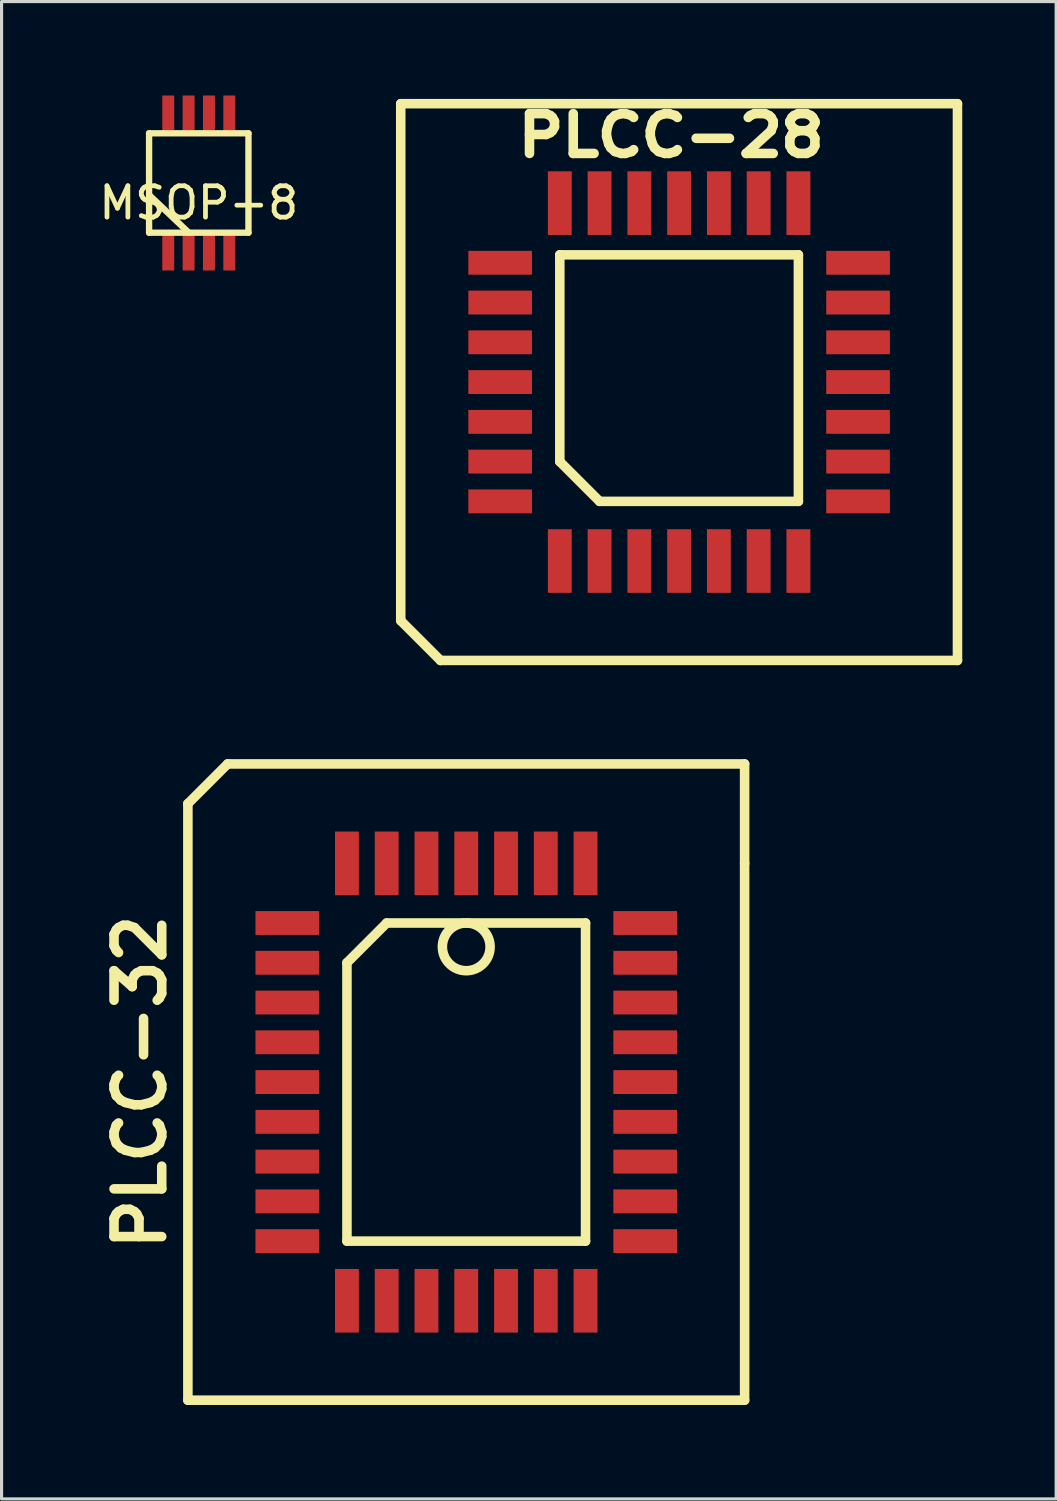
<source format=kicad_pcb>
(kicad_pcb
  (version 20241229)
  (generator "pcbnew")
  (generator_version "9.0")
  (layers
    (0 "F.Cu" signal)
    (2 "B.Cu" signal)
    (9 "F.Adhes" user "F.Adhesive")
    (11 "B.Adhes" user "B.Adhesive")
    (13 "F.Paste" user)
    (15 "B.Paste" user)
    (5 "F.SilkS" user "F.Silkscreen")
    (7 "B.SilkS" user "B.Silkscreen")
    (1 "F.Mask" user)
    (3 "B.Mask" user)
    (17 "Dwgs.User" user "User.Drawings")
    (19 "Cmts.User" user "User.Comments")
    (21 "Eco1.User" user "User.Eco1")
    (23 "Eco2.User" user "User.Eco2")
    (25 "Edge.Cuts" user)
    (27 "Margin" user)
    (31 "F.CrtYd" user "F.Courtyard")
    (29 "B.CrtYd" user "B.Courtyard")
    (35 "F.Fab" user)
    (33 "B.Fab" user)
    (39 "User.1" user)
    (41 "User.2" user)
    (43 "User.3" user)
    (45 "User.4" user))
  (footprint "MSOP-8"
    (layer "F.Cu")
    (at 3.298 2.794)
    (property "Reference" "MSOP-8" (at 0 0.635 0) (layer "F.SilkS") (effects (font (size 1.001 1.001) (thickness 0.152))))
    (attr through_hole)
    (fp_line (start -1.587 -1.587) (end -1.587 1.587) (stroke (width 0.203) (type solid)) (layer "F.SilkS"))
    (fp_line (start -1.587 1.587) (end 1.587 1.587) (stroke (width 0.203) (type solid)) (layer "F.SilkS"))
    (fp_line (start -0.318 1.587) (end -1.587 0.381) (stroke (width 0.203) (type solid)) (layer "F.SilkS"))
    (fp_line (start 1.587 -1.587) (end -1.587 -1.587) (stroke (width 0.203) (type solid)) (layer "F.SilkS"))
    (fp_line (start 1.587 1.587) (end 1.587 -1.587) (stroke (width 0.203) (type solid)) (layer "F.SilkS"))
    (pad "1" smd rect (at -0.975 2.159) (size 0.381 1.27) (layers "F.Cu" "F.Mask" "F.Paste"))
    (pad "2" smd rect (at -0.325 2.159) (size 0.381 1.27) (layers "F.Cu" "F.Mask" "F.Paste"))
    (pad "3" smd rect (at 0.325 2.159) (size 0.381 1.27) (layers "F.Cu" "F.Mask" "F.Paste"))
    (pad "4" smd rect (at 0.975 2.159) (size 0.381 1.27) (layers "F.Cu" "F.Mask" "F.Paste"))
    (pad "5" smd rect (at 0.975 -2.159) (size 0.381 1.27) (layers "F.Cu" "F.Mask" "F.Paste"))
    (pad "6" smd rect (at 0.325 -2.159) (size 0.381 1.27) (layers "F.Cu" "F.Mask" "F.Paste"))
    (pad "7" smd rect (at -0.325 -2.159) (size 0.381 1.27) (layers "F.Cu" "F.Mask" "F.Paste"))
    (pad "8" smd rect (at -0.975 -2.159) (size 0.381 1.27) (layers "F.Cu" "F.Mask" "F.Paste")))
  (footprint "PLCC-32"
    (layer "F.Cu")
    (at 11.84 31.507)
    (property "Reference" "PLCC-32" (at -10.414 0 90) (layer "F.SilkS") (effects (font (size 1.524 1.524) (thickness 0.305))))
    (attr smd)
    (fp_line (start -8.89 -8.89) (end -7.62 -10.16) (stroke (width 0.305) (type solid)) (layer "F.SilkS"))
    (fp_line (start -8.89 10.16) (end -8.89 -8.89) (stroke (width 0.305) (type solid)) (layer "F.SilkS"))
    (fp_line (start -7.62 -10.16) (end 8.89 -10.16) (stroke (width 0.305) (type solid)) (layer "F.SilkS"))
    (fp_line (start -3.81 -3.81) (end -3.81 5.08) (stroke (width 0.305) (type solid)) (layer "F.SilkS"))
    (fp_line (start -3.81 5.08) (end 3.81 5.08) (stroke (width 0.305) (type solid)) (layer "F.SilkS"))
    (fp_line (start -2.54 -5.08) (end -3.81 -3.81) (stroke (width 0.305) (type solid)) (layer "F.SilkS"))
    (fp_line (start 3.81 -5.08) (end -2.54 -5.08) (stroke (width 0.305) (type solid)) (layer "F.SilkS"))
    (fp_line (start 3.81 5.08) (end 3.81 -5.08) (stroke (width 0.305) (type solid)) (layer "F.SilkS"))
    (fp_line (start 8.89 -10.16) (end 8.89 -6.985) (stroke (width 0.305) (type solid)) (layer "F.SilkS"))
    (fp_line (start 8.89 -6.985) (end 8.89 10.16) (stroke (width 0.305) (type solid)) (layer "F.SilkS"))
    (fp_line (start 8.89 10.16) (end -8.89 10.16) (stroke (width 0.305) (type solid)) (layer "F.SilkS"))
    (fp_circle (center 0 -4.318) (end 0 -5.08) (stroke (width 0.305) (type solid)) (fill no) (layer "F.SilkS"))
    (pad "1" smd rect (at 0 -6.985) (size 0.762 2.032) (layers "F.Cu" "F.Mask" "F.Paste"))
    (pad "2" smd rect (at -1.27 -6.985) (size 0.762 2.032) (layers "F.Cu" "F.Mask" "F.Paste"))
    (pad "3" smd rect (at -2.54 -6.985) (size 0.762 2.032) (layers "F.Cu" "F.Mask" "F.Paste"))
    (pad "4" smd rect (at -3.81 -6.985) (size 0.762 2.032) (layers "F.Cu" "F.Mask" "F.Paste"))
    (pad "5" smd rect (at -5.715 -5.08) (size 2.032 0.762) (layers "F.Cu" "F.Mask" "F.Paste"))
    (pad "6" smd rect (at -5.715 -3.81) (size 2.032 0.762) (layers "F.Cu" "F.Mask" "F.Paste"))
    (pad "7" smd rect (at -5.715 -2.54) (size 2.032 0.762) (layers "F.Cu" "F.Mask" "F.Paste"))
    (pad "8" smd rect (at -5.715 -1.27) (size 2.032 0.762) (layers "F.Cu" "F.Mask" "F.Paste"))
    (pad "9" smd rect (at -5.715 0) (size 2.032 0.762) (layers "F.Cu" "F.Mask" "F.Paste"))
    (pad "10" smd rect (at -5.715 1.27) (size 2.032 0.762) (layers "F.Cu" "F.Mask" "F.Paste"))
    (pad "11" smd rect (at -5.715 2.54) (size 2.032 0.762) (layers "F.Cu" "F.Mask" "F.Paste"))
    (pad "12" smd rect (at -5.715 3.81) (size 2.032 0.762) (layers "F.Cu" "F.Mask" "F.Paste"))
    (pad "13" smd rect (at -5.715 5.08) (size 2.032 0.762) (layers "F.Cu" "F.Mask" "F.Paste"))
    (pad "14" smd rect (at -3.81 6.985) (size 0.762 2.032) (layers "F.Cu" "F.Mask" "F.Paste"))
    (pad "15" smd rect (at -2.54 6.985) (size 0.762 2.032) (layers "F.Cu" "F.Mask" "F.Paste"))
    (pad "16" smd rect (at -1.27 6.985) (size 0.762 2.032) (layers "F.Cu" "F.Mask" "F.Paste"))
    (pad "17" smd rect (at 0 6.985) (size 0.762 2.032) (layers "F.Cu" "F.Mask" "F.Paste"))
    (pad "18" smd rect (at 1.27 6.985) (size 0.762 2.032) (layers "F.Cu" "F.Mask" "F.Paste"))
    (pad "19" smd rect (at 2.54 6.985) (size 0.762 2.032) (layers "F.Cu" "F.Mask" "F.Paste"))
    (pad "20" smd rect (at 3.81 6.985) (size 0.762 2.032) (layers "F.Cu" "F.Mask" "F.Paste"))
    (pad "21" smd rect (at 5.715 5.08) (size 2.032 0.762) (layers "F.Cu" "F.Mask" "F.Paste"))
    (pad "22" smd rect (at 5.715 3.81) (size 2.032 0.762) (layers "F.Cu" "F.Mask" "F.Paste"))
    (pad "23" smd rect (at 5.715 2.54) (size 2.032 0.762) (layers "F.Cu" "F.Mask" "F.Paste"))
    (pad "24" smd rect (at 5.715 1.27) (size 2.032 0.762) (layers "F.Cu" "F.Mask" "F.Paste"))
    (pad "25" smd rect (at 5.715 0) (size 2.032 0.762) (layers "F.Cu" "F.Mask" "F.Paste"))
    (pad "26" smd rect (at 5.715 -1.27) (size 2.032 0.762) (layers "F.Cu" "F.Mask" "F.Paste"))
    (pad "27" smd rect (at 5.715 -2.54) (size 2.032 0.762) (layers "F.Cu" "F.Mask" "F.Paste"))
    (pad "28" smd rect (at 5.715 -3.81) (size 2.032 0.762) (layers "F.Cu" "F.Mask" "F.Paste"))
    (pad "29" smd rect (at 5.715 -5.08) (size 2.032 0.762) (layers "F.Cu" "F.Mask" "F.Paste"))
    (pad "30" smd rect (at 3.81 -6.985) (size 0.762 2.032) (layers "F.Cu" "F.Mask" "F.Paste"))
    (pad "31" smd rect (at 2.54 -6.985) (size 0.762 2.032) (layers "F.Cu" "F.Mask" "F.Paste"))
    (pad "32" smd rect (at 1.27 -6.985) (size 0.762 2.032) (layers "F.Cu" "F.Mask" "F.Paste")))
  (footprint "PLCC-28"
    (layer "F.Cu")
    (at 18.638 9.152)
    (property "Reference" "PLCC-28" (at -0.254 -7.874 0) (layer "F.SilkS") (effects (font (size 1.27 1.397) (thickness 0.305))))
    (attr smd)
    (fp_line (start -8.89 7.62) (end -8.89 -8.89) (stroke (width 0.305) (type solid)) (layer "F.SilkS"))
    (fp_line (start -8.89 7.62) (end -7.62 8.89) (stroke (width 0.305) (type solid)) (layer "F.SilkS"))
    (fp_line (start -7.62 8.89) (end 8.89 8.89) (stroke (width 0.305) (type solid)) (layer "F.SilkS"))
    (fp_line (start -3.81 -4.064) (end -3.81 2.54) (stroke (width 0.305) (type solid)) (layer "F.SilkS"))
    (fp_line (start -3.81 -4.064) (end 3.81 -4.064) (stroke (width 0.305) (type solid)) (layer "F.SilkS"))
    (fp_line (start -3.81 2.54) (end -2.54 3.81) (stroke (width 0.305) (type solid)) (layer "F.SilkS"))
    (fp_line (start 3.81 -4.064) (end 3.81 3.81) (stroke (width 0.305) (type solid)) (layer "F.SilkS"))
    (fp_line (start 3.81 3.81) (end -2.54 3.81) (stroke (width 0.305) (type solid)) (layer "F.SilkS"))
    (fp_line (start 8.89 -8.89) (end -8.89 -8.89) (stroke (width 0.305) (type solid)) (layer "F.SilkS"))
    (fp_line (start 8.89 8.89) (end 8.89 -8.89) (stroke (width 0.305) (type solid)) (layer "F.SilkS"))
    (pad "1" smd rect (at -5.715 0) (size 2.032 0.762) (layers "F.Cu" "F.Mask" "F.Paste"))
    (pad "2" smd rect (at -5.715 1.27) (size 2.032 0.762) (layers "F.Cu" "F.Mask" "F.Paste"))
    (pad "3" smd rect (at -5.715 2.54) (size 2.032 0.762) (layers "F.Cu" "F.Mask" "F.Paste"))
    (pad "4" smd rect (at -5.715 3.81) (size 2.032 0.762) (layers "F.Cu" "F.Mask" "F.Paste"))
    (pad "5" smd rect (at -3.81 5.715) (size 0.762 2.032) (layers "F.Cu" "F.Mask" "F.Paste"))
    (pad "6" smd rect (at -2.54 5.715) (size 0.762 2.032) (layers "F.Cu" "F.Mask" "F.Paste"))
    (pad "7" smd rect (at -1.27 5.715) (size 0.762 2.032) (layers "F.Cu" "F.Mask" "F.Paste"))
    (pad "8" smd rect (at 0 5.715) (size 0.762 2.032) (layers "F.Cu" "F.Mask" "F.Paste"))
    (pad "9" smd rect (at 1.27 5.715) (size 0.762 2.032) (layers "F.Cu" "F.Mask" "F.Paste"))
    (pad "10" smd rect (at 2.54 5.715) (size 0.762 2.032) (layers "F.Cu" "F.Mask" "F.Paste"))
    (pad "11" smd rect (at 3.81 5.715) (size 0.762 2.032) (layers "F.Cu" "F.Mask" "F.Paste"))
    (pad "12" smd rect (at 5.715 3.81) (size 2.032 0.762) (layers "F.Cu" "F.Mask" "F.Paste"))
    (pad "13" smd rect (at 5.715 2.54) (size 2.032 0.762) (layers "F.Cu" "F.Mask" "F.Paste"))
    (pad "14" smd rect (at 5.715 1.27) (size 2.032 0.762) (layers "F.Cu" "F.Mask" "F.Paste"))
    (pad "15" smd rect (at 5.715 0) (size 2.032 0.762) (layers "F.Cu" "F.Mask" "F.Paste"))
    (pad "16" smd rect (at 5.715 -1.27) (size 2.032 0.762) (layers "F.Cu" "F.Mask" "F.Paste"))
    (pad "17" smd rect (at 5.715 -2.54) (size 2.032 0.762) (layers "F.Cu" "F.Mask" "F.Paste"))
    (pad "18" smd rect (at 5.715 -3.81) (size 2.032 0.762) (layers "F.Cu" "F.Mask" "F.Paste"))
    (pad "19" smd rect (at 3.81 -5.715) (size 0.762 2.032) (layers "F.Cu" "F.Mask" "F.Paste"))
    (pad "20" smd rect (at 2.54 -5.715) (size 0.762 2.032) (layers "F.Cu" "F.Mask" "F.Paste"))
    (pad "21" smd rect (at 1.27 -5.715) (size 0.762 2.032) (layers "F.Cu" "F.Mask" "F.Paste"))
    (pad "22" smd rect (at 0 -5.715) (size 0.762 2.032) (layers "F.Cu" "F.Mask" "F.Paste"))
    (pad "23" smd rect (at -1.27 -5.715) (size 0.762 2.032) (layers "F.Cu" "F.Mask" "F.Paste"))
    (pad "24" smd rect (at -2.54 -5.715) (size 0.762 2.032) (layers "F.Cu" "F.Mask" "F.Paste"))
    (pad "25" smd rect (at -3.81 -5.715) (size 0.762 2.032) (layers "F.Cu" "F.Mask" "F.Paste"))
    (pad "26" smd rect (at -5.715 -3.81) (size 2.032 0.762) (layers "F.Cu" "F.Mask" "F.Paste"))
    (pad "27" smd rect (at -5.715 -2.54) (size 2.032 0.762) (layers "F.Cu" "F.Mask" "F.Paste"))
    (pad "28" smd rect (at -5.715 -1.27) (size 2.032 0.762) (layers "F.Cu" "F.Mask" "F.Paste")))
  (gr_rect
    (start -3 -3)
    (end 30.68 44.819)
    (stroke (width 0.1) (type default))
    (fill no)
    (layer "Edge.Cuts")))
</source>
